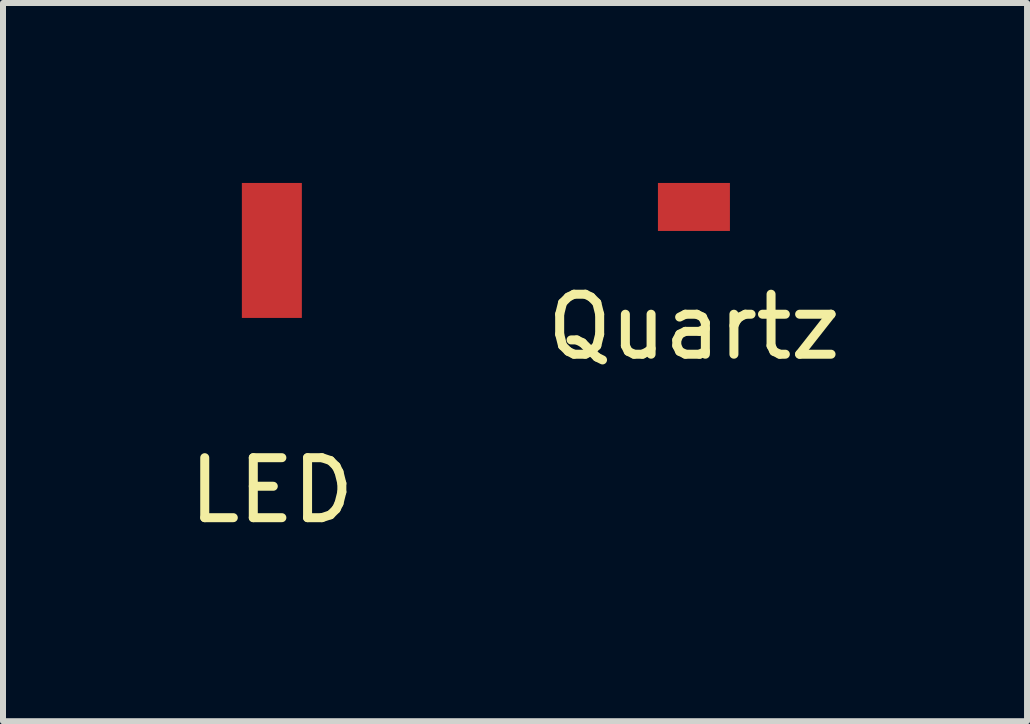
<source format=kicad_pcb>
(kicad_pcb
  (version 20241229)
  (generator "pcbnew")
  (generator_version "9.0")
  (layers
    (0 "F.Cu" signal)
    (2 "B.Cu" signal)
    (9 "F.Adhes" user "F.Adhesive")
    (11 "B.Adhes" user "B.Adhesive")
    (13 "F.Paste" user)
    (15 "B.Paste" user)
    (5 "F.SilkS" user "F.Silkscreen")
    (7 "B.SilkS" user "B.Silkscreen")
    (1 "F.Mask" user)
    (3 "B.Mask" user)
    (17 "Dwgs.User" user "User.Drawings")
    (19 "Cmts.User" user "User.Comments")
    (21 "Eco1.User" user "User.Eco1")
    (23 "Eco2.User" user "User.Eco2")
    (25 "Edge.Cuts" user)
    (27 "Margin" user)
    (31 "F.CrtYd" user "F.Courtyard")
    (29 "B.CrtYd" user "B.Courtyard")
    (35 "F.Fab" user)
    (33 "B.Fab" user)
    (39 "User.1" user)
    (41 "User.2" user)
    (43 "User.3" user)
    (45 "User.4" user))
  (footprint "Quartz"
    (layer "F.Cu")
    (at 8.518 0.4)
    (property "Reference" "Quartz" (at 0 2 0) (layer "F.SilkS") (effects (font (size 1 1) (thickness 0.15))))
    (attr through_hole)
    (pad "1" smd rect (at 0 0) (size 1.2 0.8) (layers "F.Cu" "F.Mask" "F.Paste")))
  (footprint "LED"
    (layer "F.Cu")
    (at 1.482 1.125)
    (property "Reference" "LED" (at 0 4 0) (layer "F.SilkS") (effects (font (size 1 1) (thickness 0.15))))
    (attr through_hole)
    (pad "1" smd rect (at 0 0) (size 1 2.25) (layers "F.Cu" "F.Mask" "F.Paste")))
  (gr_rect
    (start -3 -3)
    (end 14.071 8.973)
    (stroke (width 0.1) (type default))
    (fill no)
    (layer "Edge.Cuts")))
</source>
